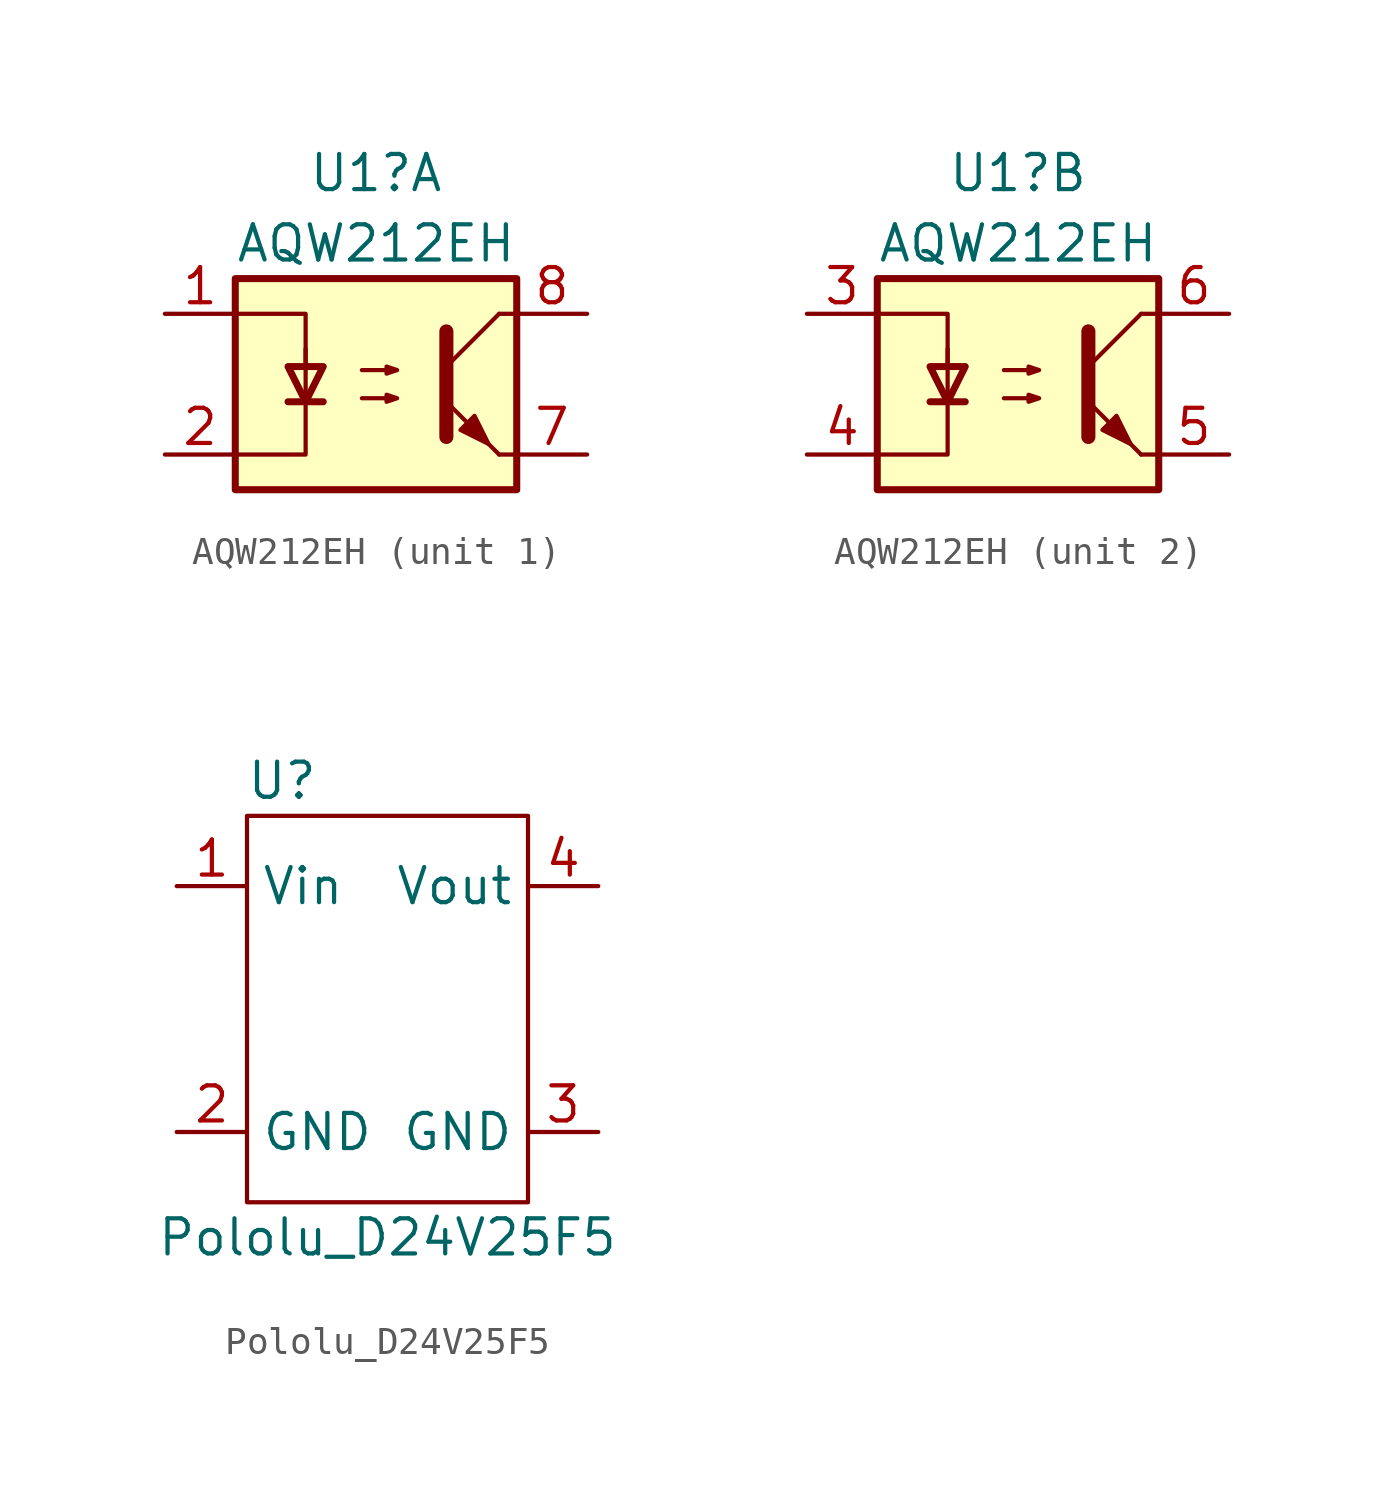
<source format=kicad_sym>
(kicad_symbol_lib
  (version 20220914)
  (generator kicad_symbol_editor)
  (symbol "AQW212EH"
    (pin_names
      (offset 1.016))
    (property "Reference" "U1"
      (at 0 7.62 0)
      (effects (font (size 1.27 1.27))))
    (property "Value" "AQW212EH"
      (at 0 5.08 0)
      (effects (font (size 1.27 1.27))))
    (symbol "AQW212EH_0_1"
      (rectangle (start -5.08 3.81) (end 5.08 -3.81) (stroke (width 0.254) (type default)) (fill (type background)))
      (polyline (pts (xy -3.175 -0.635) (xy -1.905 -0.635)) (stroke (width 0.254) (type default)) (fill (type none)))
      (polyline (pts (xy 2.54 0.635) (xy 4.445 2.54)) (stroke (width 0) (type default)) (fill (type none)))
      (polyline (pts (xy 4.445 -2.54) (xy 2.54 -0.635)) (stroke (width 0) (type default)) (fill (type outline)))
      (polyline (pts (xy 4.445 -2.54) (xy 5.08 -2.54)) (stroke (width 0) (type default)) (fill (type none)))
      (polyline (pts (xy 4.445 2.54) (xy 5.08 2.54)) (stroke (width 0) (type default)) (fill (type none)))
      (polyline (pts (xy -5.08 2.54) (xy -2.54 2.54) (xy -2.54 0.635)) (stroke (width 0) (type default)) (fill (type none)))
      (polyline (pts (xy 2.54 1.905) (xy 2.54 -1.905) (xy 2.54 -1.905)) (stroke (width 0.508) (type default)) (fill (type none)))
      (polyline (pts (xy -2.54 -0.635) (xy -3.175 0.635) (xy -1.905 0.635) (xy -2.54 -0.635)) (stroke (width 0.254) (type default)) (fill (type none)))
      (polyline (pts (xy -2.54 -0.635) (xy -2.54 1.27) (xy -2.54 -2.54) (xy -5.08 -2.54)) (stroke (width 0) (type default)) (fill (type none)))
      (polyline (pts (xy -0.508 -0.508) (xy 0.762 -0.508) (xy 0.381 -0.635) (xy 0.381 -0.381) (xy 0.762 -0.508)) (stroke (width 0) (type default)) (fill (type none)))
      (polyline (pts (xy -0.508 0.508) (xy 0.762 0.508) (xy 0.381 0.381) (xy 0.381 0.635) (xy 0.762 0.508)) (stroke (width 0) (type default)) (fill (type none)))
      (polyline (pts (xy 3.048 -1.651) (xy 3.556 -1.143) (xy 4.064 -2.159) (xy 3.048 -1.651) (xy 3.048 -1.651)) (stroke (width 0) (type default)) (fill (type outline))))
    (symbol "AQW212EH_1_1"
      (pin passive line (at -7.62 2.54 0) (length 2.54) (name "~" (effects (font (size 1.27 1.27)))) (number "1" (effects (font (size 1.27 1.27)))))
      (pin passive line (at -7.62 -2.54 0) (length 2.54) (name "~" (effects (font (size 1.27 1.27)))) (number "2" (effects (font (size 1.27 1.27)))))
      (pin passive line (at 7.62 -2.54 180) (length 2.54) (name "~" (effects (font (size 1.27 1.27)))) (number "7" (effects (font (size 1.27 1.27)))))
      (pin passive line (at 7.62 2.54 180) (length 2.54) (name "~" (effects (font (size 1.27 1.27)))) (number "8" (effects (font (size 1.27 1.27))))))
    (symbol "AQW212EH_2_1"
      (pin passive line (at -7.62 2.54 0) (length 2.54) (name "~" (effects (font (size 1.27 1.27)))) (number "3" (effects (font (size 1.27 1.27)))))
      (pin passive line (at -7.62 -2.54 0) (length 2.54) (name "~" (effects (font (size 1.27 1.27)))) (number "4" (effects (font (size 1.27 1.27)))))
      (pin passive line (at 7.62 -2.54 180) (length 2.54) (name "~" (effects (font (size 1.27 1.27)))) (number "5" (effects (font (size 1.27 1.27)))))
      (pin passive line (at 7.62 2.54 180) (length 2.54) (name "~" (effects (font (size 1.27 1.27)))) (number "6" (effects (font (size 1.27 1.27)))))))
  (symbol "Pololu_D24V25F5"
    (property "Reference" "U"
      (at -3.81 7.62 0)
      (effects (font (size 1.27 1.27))))
    (property "Value" "Pololu_D24V25F5"
      (at 0 -8.89 0)
      (effects (font (size 1.27 1.27))))
    (symbol "Pololu_D24V25F5_0_1"
      (rectangle (start -5.08 6.35) (end 5.08 -7.62) (stroke (width 0) (type default)) (fill (type none))))
    (symbol "Pololu_D24V25F5_1_1"
      (pin power_in line (at -7.62 3.81 0) (length 2.54) (name "Vin" (effects (font (size 1.27 1.27)))) (number "1" (effects (font (size 1.27 1.27)))))
      (pin power_in line (at -7.62 -5.08 0) (length 2.54) (name "GND" (effects (font (size 1.27 1.27)))) (number "2" (effects (font (size 1.27 1.27)))))
      (pin power_in line (at 7.62 -5.08 180) (length 2.54) (name "GND" (effects (font (size 1.27 1.27)))) (number "3" (effects (font (size 1.27 1.27)))))
      (pin power_out line (at 7.62 3.81 180) (length 2.54) (name "Vout" (effects (font (size 1.27 1.27)))) (number "4" (effects (font (size 1.27 1.27))))))))
</source>
